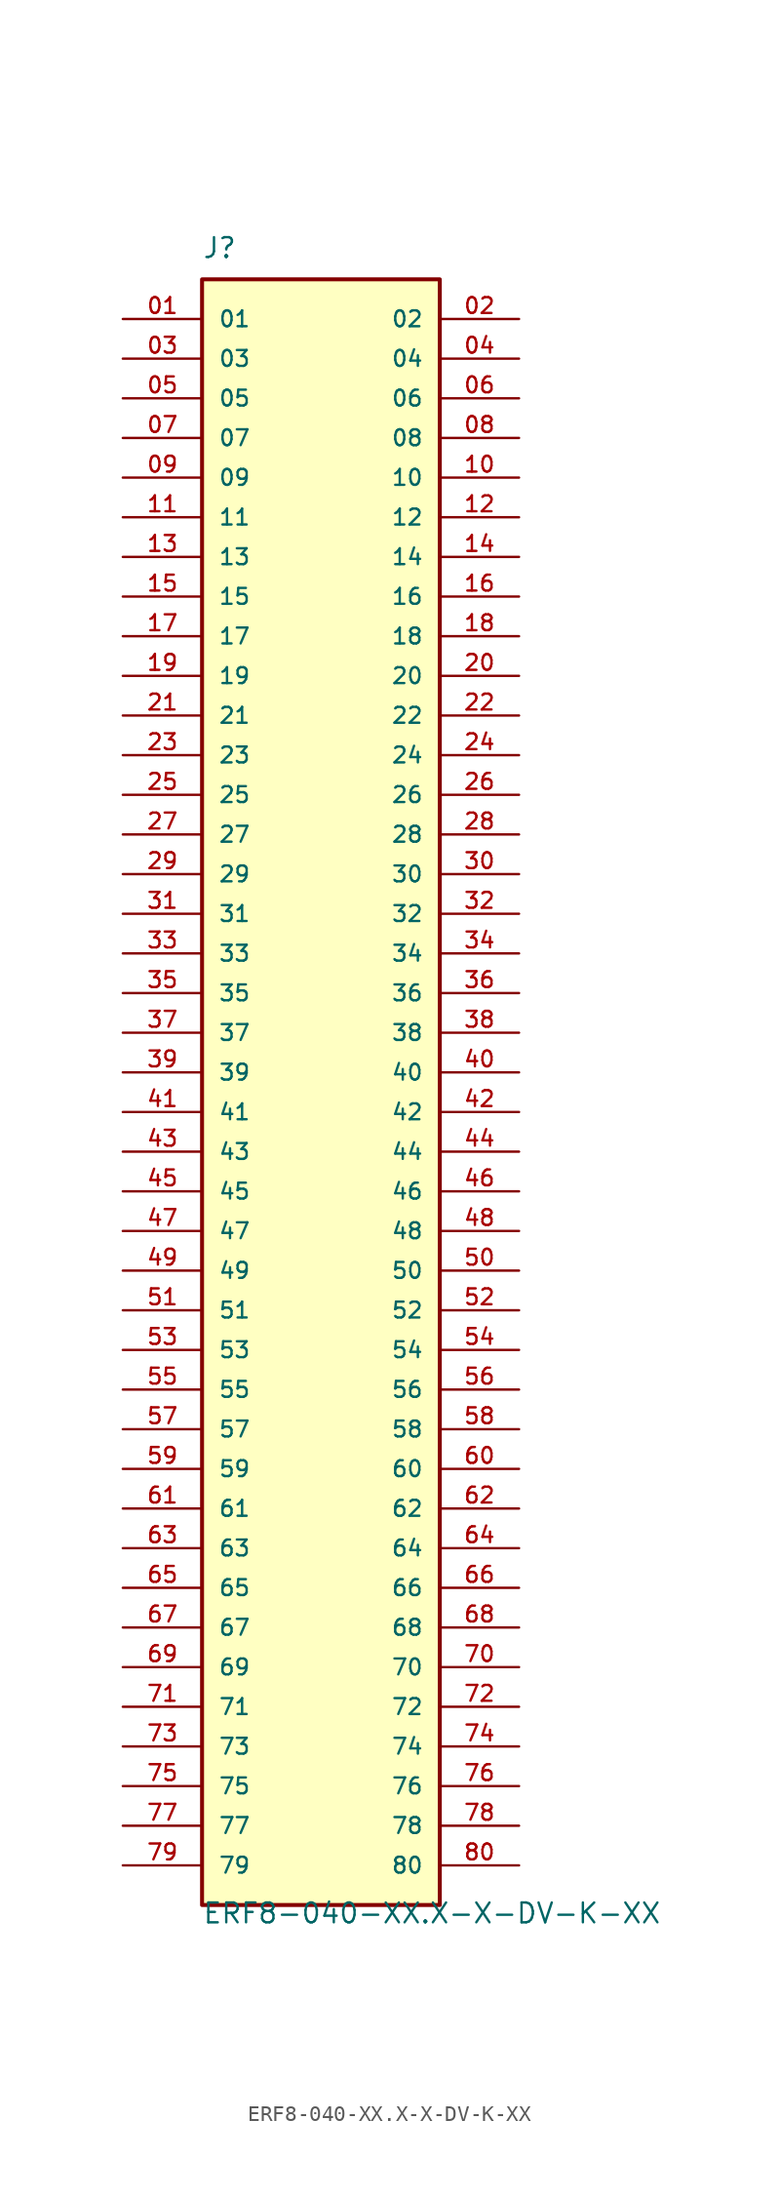
<source format=kicad_sym>
(kicad_symbol_lib
  (version 20211014)
  (generator kicad_symbol_editor)
  (symbol "ERF8-040-XX.X-X-DV-K-XX"
    (pin_names
      (offset 1.016))
    (property "Reference" "J"
      (at -7.62 52.07 0)
      (effects (font (size 1.27 1.27)) (justify left bottom)))
    (property "Value" "ERF8-040-XX.X-X-DV-K-XX"
      (at -7.62 -54.61 0)
      (effects (font (size 1.27 1.27)) (justify left bottom)))
    (property "ki_locked" ""
      (at 0 0 0)
      (effects (font (size 1.27 1.27))))
    (symbol "ERF8-040-XX.X-X-DV-K-XX_0_0"
      (rectangle (start -7.62 -53.34) (end 7.62 50.8) (stroke (width 0.254) (type default) (color 0 0 0 0)) (fill (type background)))
      (pin passive line (at -12.7 48.26 0) (length 5.08) (name "01" (effects (font (size 1.016 1.016)))) (number "01" (effects (font (size 1.016 1.016)))))
      (pin passive line (at 12.7 48.26 180) (length 5.08) (name "02" (effects (font (size 1.016 1.016)))) (number "02" (effects (font (size 1.016 1.016)))))
      (pin passive line (at -12.7 45.72 0) (length 5.08) (name "03" (effects (font (size 1.016 1.016)))) (number "03" (effects (font (size 1.016 1.016)))))
      (pin passive line (at 12.7 45.72 180) (length 5.08) (name "04" (effects (font (size 1.016 1.016)))) (number "04" (effects (font (size 1.016 1.016)))))
      (pin passive line (at -12.7 43.18 0) (length 5.08) (name "05" (effects (font (size 1.016 1.016)))) (number "05" (effects (font (size 1.016 1.016)))))
      (pin passive line (at 12.7 43.18 180) (length 5.08) (name "06" (effects (font (size 1.016 1.016)))) (number "06" (effects (font (size 1.016 1.016)))))
      (pin passive line (at -12.7 40.64 0) (length 5.08) (name "07" (effects (font (size 1.016 1.016)))) (number "07" (effects (font (size 1.016 1.016)))))
      (pin passive line (at 12.7 40.64 180) (length 5.08) (name "08" (effects (font (size 1.016 1.016)))) (number "08" (effects (font (size 1.016 1.016)))))
      (pin passive line (at -12.7 38.1 0) (length 5.08) (name "09" (effects (font (size 1.016 1.016)))) (number "09" (effects (font (size 1.016 1.016)))))
      (pin passive line (at 12.7 38.1 180) (length 5.08) (name "10" (effects (font (size 1.016 1.016)))) (number "10" (effects (font (size 1.016 1.016)))))
      (pin passive line (at -12.7 35.56 0) (length 5.08) (name "11" (effects (font (size 1.016 1.016)))) (number "11" (effects (font (size 1.016 1.016)))))
      (pin passive line (at 12.7 35.56 180) (length 5.08) (name "12" (effects (font (size 1.016 1.016)))) (number "12" (effects (font (size 1.016 1.016)))))
      (pin passive line (at -12.7 33.02 0) (length 5.08) (name "13" (effects (font (size 1.016 1.016)))) (number "13" (effects (font (size 1.016 1.016)))))
      (pin passive line (at 12.7 33.02 180) (length 5.08) (name "14" (effects (font (size 1.016 1.016)))) (number "14" (effects (font (size 1.016 1.016)))))
      (pin passive line (at -12.7 30.48 0) (length 5.08) (name "15" (effects (font (size 1.016 1.016)))) (number "15" (effects (font (size 1.016 1.016)))))
      (pin passive line (at 12.7 30.48 180) (length 5.08) (name "16" (effects (font (size 1.016 1.016)))) (number "16" (effects (font (size 1.016 1.016)))))
      (pin passive line (at -12.7 27.94 0) (length 5.08) (name "17" (effects (font (size 1.016 1.016)))) (number "17" (effects (font (size 1.016 1.016)))))
      (pin passive line (at 12.7 27.94 180) (length 5.08) (name "18" (effects (font (size 1.016 1.016)))) (number "18" (effects (font (size 1.016 1.016)))))
      (pin passive line (at -12.7 25.4 0) (length 5.08) (name "19" (effects (font (size 1.016 1.016)))) (number "19" (effects (font (size 1.016 1.016)))))
      (pin passive line (at 12.7 25.4 180) (length 5.08) (name "20" (effects (font (size 1.016 1.016)))) (number "20" (effects (font (size 1.016 1.016)))))
      (pin passive line (at -12.7 22.86 0) (length 5.08) (name "21" (effects (font (size 1.016 1.016)))) (number "21" (effects (font (size 1.016 1.016)))))
      (pin passive line (at 12.7 22.86 180) (length 5.08) (name "22" (effects (font (size 1.016 1.016)))) (number "22" (effects (font (size 1.016 1.016)))))
      (pin passive line (at -12.7 20.32 0) (length 5.08) (name "23" (effects (font (size 1.016 1.016)))) (number "23" (effects (font (size 1.016 1.016)))))
      (pin passive line (at 12.7 20.32 180) (length 5.08) (name "24" (effects (font (size 1.016 1.016)))) (number "24" (effects (font (size 1.016 1.016)))))
      (pin passive line (at -12.7 17.78 0) (length 5.08) (name "25" (effects (font (size 1.016 1.016)))) (number "25" (effects (font (size 1.016 1.016)))))
      (pin passive line (at 12.7 17.78 180) (length 5.08) (name "26" (effects (font (size 1.016 1.016)))) (number "26" (effects (font (size 1.016 1.016)))))
      (pin passive line (at -12.7 15.24 0) (length 5.08) (name "27" (effects (font (size 1.016 1.016)))) (number "27" (effects (font (size 1.016 1.016)))))
      (pin passive line (at 12.7 15.24 180) (length 5.08) (name "28" (effects (font (size 1.016 1.016)))) (number "28" (effects (font (size 1.016 1.016)))))
      (pin passive line (at -12.7 12.7 0) (length 5.08) (name "29" (effects (font (size 1.016 1.016)))) (number "29" (effects (font (size 1.016 1.016)))))
      (pin passive line (at 12.7 12.7 180) (length 5.08) (name "30" (effects (font (size 1.016 1.016)))) (number "30" (effects (font (size 1.016 1.016)))))
      (pin passive line (at -12.7 10.16 0) (length 5.08) (name "31" (effects (font (size 1.016 1.016)))) (number "31" (effects (font (size 1.016 1.016)))))
      (pin passive line (at 12.7 10.16 180) (length 5.08) (name "32" (effects (font (size 1.016 1.016)))) (number "32" (effects (font (size 1.016 1.016)))))
      (pin passive line (at -12.7 7.62 0) (length 5.08) (name "33" (effects (font (size 1.016 1.016)))) (number "33" (effects (font (size 1.016 1.016)))))
      (pin passive line (at 12.7 7.62 180) (length 5.08) (name "34" (effects (font (size 1.016 1.016)))) (number "34" (effects (font (size 1.016 1.016)))))
      (pin passive line (at -12.7 5.08 0) (length 5.08) (name "35" (effects (font (size 1.016 1.016)))) (number "35" (effects (font (size 1.016 1.016)))))
      (pin passive line (at 12.7 5.08 180) (length 5.08) (name "36" (effects (font (size 1.016 1.016)))) (number "36" (effects (font (size 1.016 1.016)))))
      (pin passive line (at -12.7 2.54 0) (length 5.08) (name "37" (effects (font (size 1.016 1.016)))) (number "37" (effects (font (size 1.016 1.016)))))
      (pin passive line (at 12.7 2.54 180) (length 5.08) (name "38" (effects (font (size 1.016 1.016)))) (number "38" (effects (font (size 1.016 1.016)))))
      (pin passive line (at -12.7 0 0) (length 5.08) (name "39" (effects (font (size 1.016 1.016)))) (number "39" (effects (font (size 1.016 1.016)))))
      (pin passive line (at 12.7 0 180) (length 5.08) (name "40" (effects (font (size 1.016 1.016)))) (number "40" (effects (font (size 1.016 1.016)))))
      (pin passive line (at -12.7 -2.54 0) (length 5.08) (name "41" (effects (font (size 1.016 1.016)))) (number "41" (effects (font (size 1.016 1.016)))))
      (pin passive line (at 12.7 -2.54 180) (length 5.08) (name "42" (effects (font (size 1.016 1.016)))) (number "42" (effects (font (size 1.016 1.016)))))
      (pin passive line (at -12.7 -5.08 0) (length 5.08) (name "43" (effects (font (size 1.016 1.016)))) (number "43" (effects (font (size 1.016 1.016)))))
      (pin passive line (at 12.7 -5.08 180) (length 5.08) (name "44" (effects (font (size 1.016 1.016)))) (number "44" (effects (font (size 1.016 1.016)))))
      (pin passive line (at -12.7 -7.62 0) (length 5.08) (name "45" (effects (font (size 1.016 1.016)))) (number "45" (effects (font (size 1.016 1.016)))))
      (pin passive line (at 12.7 -7.62 180) (length 5.08) (name "46" (effects (font (size 1.016 1.016)))) (number "46" (effects (font (size 1.016 1.016)))))
      (pin passive line (at -12.7 -10.16 0) (length 5.08) (name "47" (effects (font (size 1.016 1.016)))) (number "47" (effects (font (size 1.016 1.016)))))
      (pin passive line (at 12.7 -10.16 180) (length 5.08) (name "48" (effects (font (size 1.016 1.016)))) (number "48" (effects (font (size 1.016 1.016)))))
      (pin passive line (at -12.7 -12.7 0) (length 5.08) (name "49" (effects (font (size 1.016 1.016)))) (number "49" (effects (font (size 1.016 1.016)))))
      (pin passive line (at 12.7 -12.7 180) (length 5.08) (name "50" (effects (font (size 1.016 1.016)))) (number "50" (effects (font (size 1.016 1.016)))))
      (pin passive line (at -12.7 -15.24 0) (length 5.08) (name "51" (effects (font (size 1.016 1.016)))) (number "51" (effects (font (size 1.016 1.016)))))
      (pin passive line (at 12.7 -15.24 180) (length 5.08) (name "52" (effects (font (size 1.016 1.016)))) (number "52" (effects (font (size 1.016 1.016)))))
      (pin passive line (at -12.7 -17.78 0) (length 5.08) (name "53" (effects (font (size 1.016 1.016)))) (number "53" (effects (font (size 1.016 1.016)))))
      (pin passive line (at 12.7 -17.78 180) (length 5.08) (name "54" (effects (font (size 1.016 1.016)))) (number "54" (effects (font (size 1.016 1.016)))))
      (pin passive line (at -12.7 -20.32 0) (length 5.08) (name "55" (effects (font (size 1.016 1.016)))) (number "55" (effects (font (size 1.016 1.016)))))
      (pin passive line (at 12.7 -20.32 180) (length 5.08) (name "56" (effects (font (size 1.016 1.016)))) (number "56" (effects (font (size 1.016 1.016)))))
      (pin passive line (at -12.7 -22.86 0) (length 5.08) (name "57" (effects (font (size 1.016 1.016)))) (number "57" (effects (font (size 1.016 1.016)))))
      (pin passive line (at 12.7 -22.86 180) (length 5.08) (name "58" (effects (font (size 1.016 1.016)))) (number "58" (effects (font (size 1.016 1.016)))))
      (pin passive line (at -12.7 -25.4 0) (length 5.08) (name "59" (effects (font (size 1.016 1.016)))) (number "59" (effects (font (size 1.016 1.016)))))
      (pin passive line (at 12.7 -25.4 180) (length 5.08) (name "60" (effects (font (size 1.016 1.016)))) (number "60" (effects (font (size 1.016 1.016)))))
      (pin passive line (at -12.7 -27.94 0) (length 5.08) (name "61" (effects (font (size 1.016 1.016)))) (number "61" (effects (font (size 1.016 1.016)))))
      (pin passive line (at 12.7 -27.94 180) (length 5.08) (name "62" (effects (font (size 1.016 1.016)))) (number "62" (effects (font (size 1.016 1.016)))))
      (pin passive line (at -12.7 -30.48 0) (length 5.08) (name "63" (effects (font (size 1.016 1.016)))) (number "63" (effects (font (size 1.016 1.016)))))
      (pin passive line (at 12.7 -30.48 180) (length 5.08) (name "64" (effects (font (size 1.016 1.016)))) (number "64" (effects (font (size 1.016 1.016)))))
      (pin passive line (at -12.7 -33.02 0) (length 5.08) (name "65" (effects (font (size 1.016 1.016)))) (number "65" (effects (font (size 1.016 1.016)))))
      (pin passive line (at 12.7 -33.02 180) (length 5.08) (name "66" (effects (font (size 1.016 1.016)))) (number "66" (effects (font (size 1.016 1.016)))))
      (pin passive line (at -12.7 -35.56 0) (length 5.08) (name "67" (effects (font (size 1.016 1.016)))) (number "67" (effects (font (size 1.016 1.016)))))
      (pin passive line (at 12.7 -35.56 180) (length 5.08) (name "68" (effects (font (size 1.016 1.016)))) (number "68" (effects (font (size 1.016 1.016)))))
      (pin passive line (at -12.7 -38.1 0) (length 5.08) (name "69" (effects (font (size 1.016 1.016)))) (number "69" (effects (font (size 1.016 1.016)))))
      (pin passive line (at 12.7 -38.1 180) (length 5.08) (name "70" (effects (font (size 1.016 1.016)))) (number "70" (effects (font (size 1.016 1.016)))))
      (pin passive line (at -12.7 -40.64 0) (length 5.08) (name "71" (effects (font (size 1.016 1.016)))) (number "71" (effects (font (size 1.016 1.016)))))
      (pin passive line (at 12.7 -40.64 180) (length 5.08) (name "72" (effects (font (size 1.016 1.016)))) (number "72" (effects (font (size 1.016 1.016)))))
      (pin passive line (at -12.7 -43.18 0) (length 5.08) (name "73" (effects (font (size 1.016 1.016)))) (number "73" (effects (font (size 1.016 1.016)))))
      (pin passive line (at 12.7 -43.18 180) (length 5.08) (name "74" (effects (font (size 1.016 1.016)))) (number "74" (effects (font (size 1.016 1.016)))))
      (pin passive line (at -12.7 -45.72 0) (length 5.08) (name "75" (effects (font (size 1.016 1.016)))) (number "75" (effects (font (size 1.016 1.016)))))
      (pin passive line (at 12.7 -45.72 180) (length 5.08) (name "76" (effects (font (size 1.016 1.016)))) (number "76" (effects (font (size 1.016 1.016)))))
      (pin passive line (at -12.7 -48.26 0) (length 5.08) (name "77" (effects (font (size 1.016 1.016)))) (number "77" (effects (font (size 1.016 1.016)))))
      (pin passive line (at 12.7 -48.26 180) (length 5.08) (name "78" (effects (font (size 1.016 1.016)))) (number "78" (effects (font (size 1.016 1.016)))))
      (pin passive line (at -12.7 -50.8 0) (length 5.08) (name "79" (effects (font (size 1.016 1.016)))) (number "79" (effects (font (size 1.016 1.016)))))
      (pin passive line (at 12.7 -50.8 180) (length 5.08) (name "80" (effects (font (size 1.016 1.016)))) (number "80" (effects (font (size 1.016 1.016))))))))
</source>
